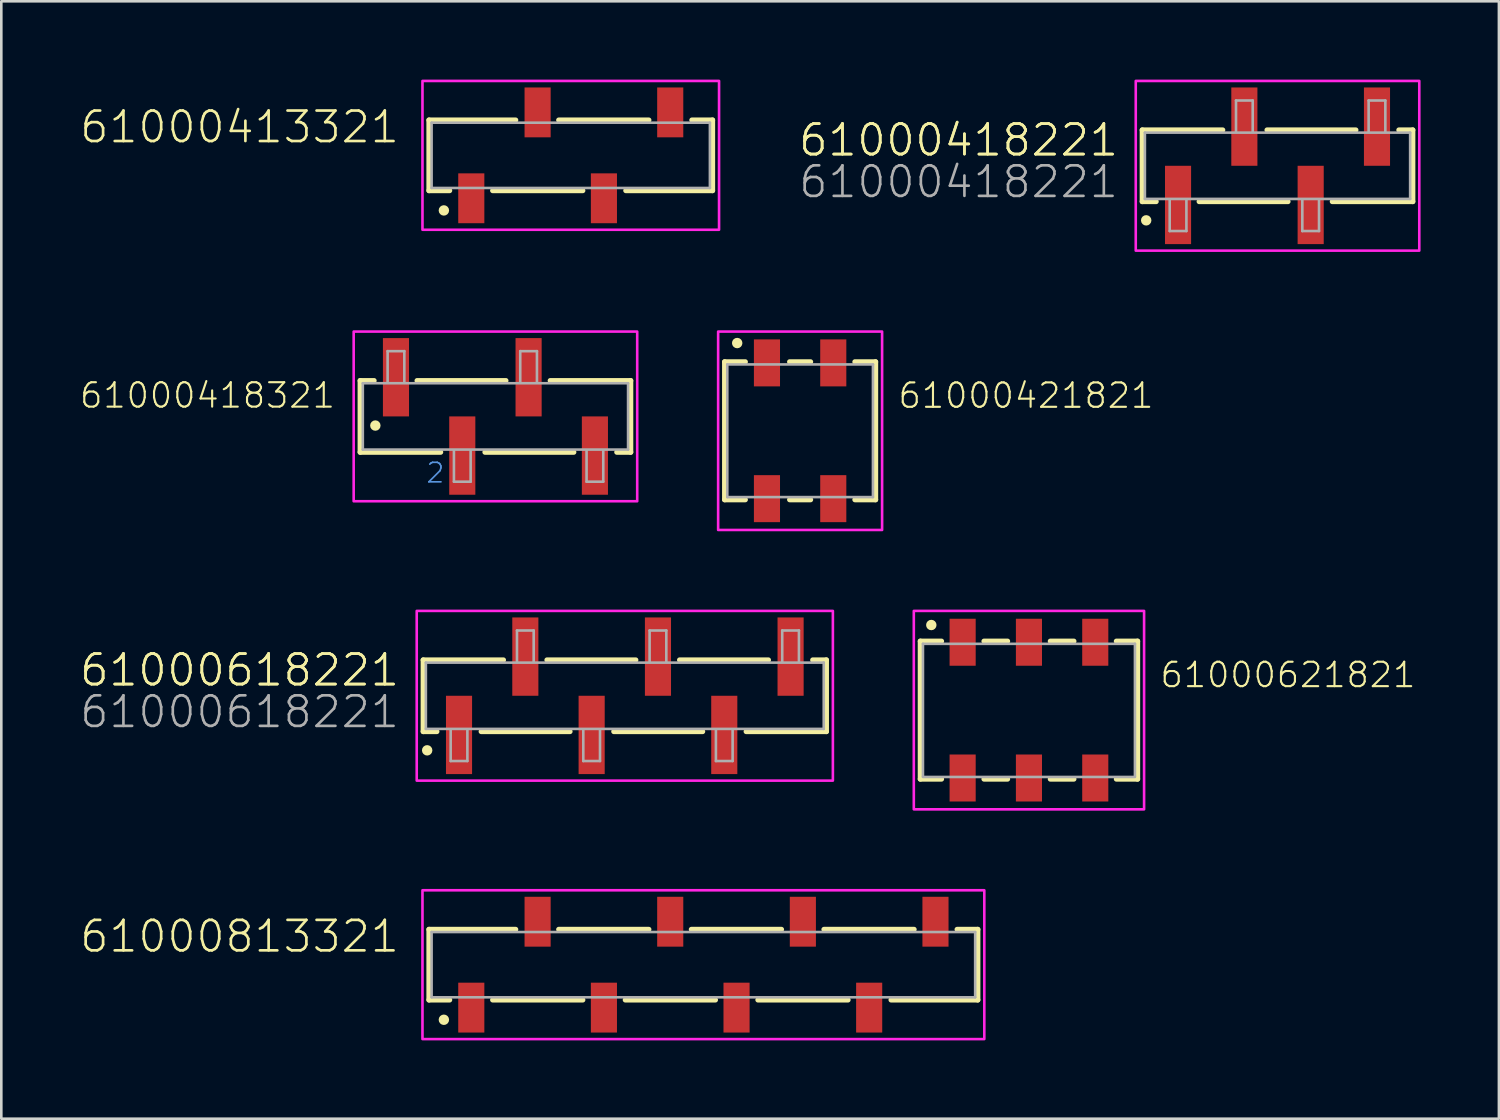
<source format=kicad_pcb>
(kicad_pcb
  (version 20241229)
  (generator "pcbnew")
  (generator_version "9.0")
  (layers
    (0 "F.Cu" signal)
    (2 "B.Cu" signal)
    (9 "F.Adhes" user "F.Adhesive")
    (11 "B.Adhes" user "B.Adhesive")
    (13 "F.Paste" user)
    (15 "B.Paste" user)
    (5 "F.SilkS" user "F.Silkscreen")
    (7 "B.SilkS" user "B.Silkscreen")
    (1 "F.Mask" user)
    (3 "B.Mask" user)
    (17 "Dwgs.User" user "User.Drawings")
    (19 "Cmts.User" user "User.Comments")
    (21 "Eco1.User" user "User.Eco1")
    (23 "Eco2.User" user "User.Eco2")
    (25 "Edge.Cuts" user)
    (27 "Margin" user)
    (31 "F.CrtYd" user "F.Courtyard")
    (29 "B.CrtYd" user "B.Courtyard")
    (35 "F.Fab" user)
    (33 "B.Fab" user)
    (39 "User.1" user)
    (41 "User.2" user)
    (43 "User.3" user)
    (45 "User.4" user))
  (footprint "61000413321"
    (layer "F.Cu")
    (at 18.812 2.9)
    (property "Reference" "61000413321" (at -6.5 -0.4 0) (unlocked yes) (layer "F.SilkS") (effects (font (size 1.168 1.168) (thickness 0.102)) (justify right bottom)))
    (fp_line (start -5.43 -1.35) (end -2.11 -1.35) (stroke (width 0.2) (type solid)) (layer "F.SilkS"))
    (fp_line (start -5.43 1.35) (end -5.43 -1.35) (stroke (width 0.2) (type solid)) (layer "F.SilkS"))
    (fp_line (start -4.64 1.35) (end -5.43 1.35) (stroke (width 0.2) (type solid)) (layer "F.SilkS"))
    (fp_line (start -0.46 -1.35) (end 2.99 -1.35) (stroke (width 0.2) (type solid)) (layer "F.SilkS"))
    (fp_line (start 0.46 1.35) (end -2.99 1.35) (stroke (width 0.2) (type solid)) (layer "F.SilkS"))
    (fp_line (start 2.11 1.35) (end 5.43 1.35) (stroke (width 0.2) (type solid)) (layer "F.SilkS"))
    (fp_line (start 5.43 -1.35) (end 4.64 -1.35) (stroke (width 0.2) (type solid)) (layer "F.SilkS"))
    (fp_line (start 5.43 1.35) (end 5.43 -1.35) (stroke (width 0.2) (type solid)) (layer "F.SilkS"))
    (fp_circle (center -4.86 2.11) (end -4.76 2.11) (stroke (width 0.2) (type solid)) (fill no) (layer "F.SilkS"))
    (fp_poly (pts (xy 5.68 2.85) (xy -5.68 2.85) (xy -5.68 -2.85) (xy 5.68 -2.85)) (stroke (width 0.1) (type default)) (fill no) (layer "F.CrtYd"))
    (fp_line (start -5.33 -1.25) (end 5.33 -1.25) (stroke (width 0.1) (type solid)) (layer "F.Fab"))
    (fp_line (start -5.33 1.25) (end -5.33 -1.25) (stroke (width 0.1) (type solid)) (layer "F.Fab"))
    (fp_line (start 5.33 1.25) (end -5.33 1.25) (stroke (width 0.1) (type solid)) (layer "F.Fab"))
    (fp_line (start 5.33 1.25) (end 5.33 -1.25) (stroke (width 0.1) (type solid)) (layer "F.Fab"))
    (pad "1" smd rect (at -3.81 1.645 180) (size 1 1.91) (layers "F.Cu" "F.Mask" "F.Paste"))
    (pad "2" smd rect (at -1.27 -1.645 180) (size 1 1.91) (layers "F.Cu" "F.Mask" "F.Paste"))
    (pad "3" smd rect (at 1.27 1.645 180) (size 1 1.91) (layers "F.Cu" "F.Mask" "F.Paste"))
    (pad "4" smd rect (at 3.81 -1.645 180) (size 1 1.91) (layers "F.Cu" "F.Mask" "F.Paste")))
  (footprint "61000813321"
    (layer "F.Cu")
    (at 23.892 33.9)
    (property "Reference" "61000813321" (at -11.58 -0.4 0) (unlocked yes) (layer "F.SilkS") (effects (font (size 1.168 1.168) (thickness 0.102)) (justify right bottom)))
    (fp_line (start -10.51 -1.35) (end -7.19 -1.35) (stroke (width 0.2) (type solid)) (layer "F.SilkS"))
    (fp_line (start -10.51 1.35) (end -10.51 -1.35) (stroke (width 0.2) (type solid)) (layer "F.SilkS"))
    (fp_line (start -9.72 1.35) (end -10.51 1.35) (stroke (width 0.2) (type solid)) (layer "F.SilkS"))
    (fp_line (start -5.54 -1.35) (end -2.09 -1.35) (stroke (width 0.2) (type solid)) (layer "F.SilkS"))
    (fp_line (start -4.62 1.35) (end -8.07 1.35) (stroke (width 0.2) (type solid)) (layer "F.SilkS"))
    (fp_line (start -0.46 -1.35) (end 2.99 -1.35) (stroke (width 0.2) (type solid)) (layer "F.SilkS"))
    (fp_line (start 0.46 1.35) (end -2.99 1.35) (stroke (width 0.2) (type solid)) (layer "F.SilkS"))
    (fp_line (start 4.62 -1.35) (end 8.07 -1.35) (stroke (width 0.2) (type solid)) (layer "F.SilkS"))
    (fp_line (start 5.54 1.35) (end 2.09 1.35) (stroke (width 0.2) (type solid)) (layer "F.SilkS"))
    (fp_line (start 7.19 1.35) (end 10.51 1.35) (stroke (width 0.2) (type solid)) (layer "F.SilkS"))
    (fp_line (start 10.51 -1.35) (end 9.72 -1.35) (stroke (width 0.2) (type solid)) (layer "F.SilkS"))
    (fp_line (start 10.51 1.35) (end 10.51 -1.35) (stroke (width 0.2) (type solid)) (layer "F.SilkS"))
    (fp_circle (center -9.94 2.11) (end -9.84 2.11) (stroke (width 0.2) (type solid)) (fill no) (layer "F.SilkS"))
    (fp_poly (pts (xy 10.76 2.85) (xy -10.76 2.85) (xy -10.76 -2.85) (xy 10.76 -2.85)) (stroke (width 0.1) (type default)) (fill no) (layer "F.CrtYd"))
    (fp_line (start -10.41 -1.25) (end 10.41 -1.25) (stroke (width 0.1) (type solid)) (layer "F.Fab"))
    (fp_line (start -10.41 1.25) (end -10.41 -1.25) (stroke (width 0.1) (type solid)) (layer "F.Fab"))
    (fp_line (start 10.41 1.25) (end -10.41 1.25) (stroke (width 0.1) (type solid)) (layer "F.Fab"))
    (fp_line (start 10.41 1.25) (end 10.41 -1.25) (stroke (width 0.1) (type solid)) (layer "F.Fab"))
    (pad "1" smd rect (at -8.89 1.645 180) (size 1 1.91) (layers "F.Cu" "F.Mask" "F.Paste"))
    (pad "2" smd rect (at -6.35 -1.645 180) (size 1 1.91) (layers "F.Cu" "F.Mask" "F.Paste"))
    (pad "3" smd rect (at -3.81 1.645 180) (size 1 1.91) (layers "F.Cu" "F.Mask" "F.Paste"))
    (pad "4" smd rect (at -1.27 -1.645 180) (size 1 1.91) (layers "F.Cu" "F.Mask" "F.Paste"))
    (pad "5" smd rect (at 1.27 1.645 180) (size 1 1.91) (layers "F.Cu" "F.Mask" "F.Paste"))
    (pad "6" smd rect (at 3.81 -1.645 180) (size 1 1.91) (layers "F.Cu" "F.Mask" "F.Paste"))
    (pad "7" smd rect (at 6.35 1.645 180) (size 1 1.91) (layers "F.Cu" "F.Mask" "F.Paste"))
    (pad "8" smd rect (at 8.89 -1.645 180) (size 1 1.91) (layers "F.Cu" "F.Mask" "F.Paste")))
  (footprint "61000418221"
    (layer "F.Cu")
    (at 45.883 3.3)
    (property "Reference" "61000418221" (at -6.03 -0.3 0) (unlocked yes) (layer "F.SilkS") (effects (font (size 1.168 1.168) (thickness 0.102)) (justify right bottom)))
    (property "Value" "61000418221" (at -6.03 1.3 0) (unlocked yes) (layer "F.Fab") (hide yes) (effects (font (size 1.168 1.168) (thickness 0.102)) (justify right bottom)))
    (fp_line (start -5.18 -1.37) (end -5.18 1.37) (stroke (width 0.2) (type solid)) (layer "F.SilkS"))
    (fp_line (start -5.18 1.37) (end -4.65 1.37) (stroke (width 0.2) (type solid)) (layer "F.SilkS"))
    (fp_line (start -3 1.37) (end 0.4 1.37) (stroke (width 0.2) (type solid)) (layer "F.SilkS"))
    (fp_line (start -2.1 -1.37) (end -5.18 -1.37) (stroke (width 0.2) (type solid)) (layer "F.SilkS"))
    (fp_line (start -0.4 -1.37) (end 3 -1.37) (stroke (width 0.2) (type solid)) (layer "F.SilkS"))
    (fp_line (start 2.1 1.37) (end 5.18 1.37) (stroke (width 0.2) (type solid)) (layer "F.SilkS"))
    (fp_line (start 5.18 -1.37) (end 4.65 -1.37) (stroke (width 0.2) (type solid)) (layer "F.SilkS"))
    (fp_line (start 5.18 1.37) (end 5.18 -1.37) (stroke (width 0.2) (type solid)) (layer "F.SilkS"))
    (fp_circle (center -5.03 2.09) (end -4.93 2.09) (stroke (width 0.2) (type solid)) (fill no) (layer "F.SilkS"))
    (fp_poly (pts (xy 5.43 3.25) (xy -5.43 3.25) (xy -5.43 -3.25) (xy 5.43 -3.25)) (stroke (width 0.1) (type default)) (fill no) (layer "F.CrtYd"))
    (fp_line (start -5.08 -1.27) (end -5.08 1.27) (stroke (width 0.1) (type solid)) (layer "F.Fab"))
    (fp_line (start -5.08 1.27) (end 5.08 1.27) (stroke (width 0.1) (type solid)) (layer "F.Fab"))
    (fp_line (start -4.13 2.5) (end -4.13 1.3) (stroke (width 0.1) (type solid)) (layer "F.Fab"))
    (fp_line (start -3.49 1.3) (end -3.49 2.5) (stroke (width 0.1) (type solid)) (layer "F.Fab"))
    (fp_line (start -3.49 2.5) (end -4.13 2.5) (stroke (width 0.1) (type solid)) (layer "F.Fab"))
    (fp_line (start -1.59 -2.5) (end -0.95 -2.5) (stroke (width 0.1) (type solid)) (layer "F.Fab"))
    (fp_line (start -1.59 -1.3) (end -1.59 -2.5) (stroke (width 0.1) (type solid)) (layer "F.Fab"))
    (fp_line (start -0.95 -2.5) (end -0.95 -1.3) (stroke (width 0.1) (type solid)) (layer "F.Fab"))
    (fp_line (start 0.95 2.5) (end 0.95 1.3) (stroke (width 0.1) (type solid)) (layer "F.Fab"))
    (fp_line (start 1.59 1.3) (end 1.59 2.5) (stroke (width 0.1) (type solid)) (layer "F.Fab"))
    (fp_line (start 1.59 2.5) (end 0.95 2.5) (stroke (width 0.1) (type solid)) (layer "F.Fab"))
    (fp_line (start 3.49 -2.5) (end 4.13 -2.5) (stroke (width 0.1) (type solid)) (layer "F.Fab"))
    (fp_line (start 3.49 -1.3) (end 3.49 -2.5) (stroke (width 0.1) (type solid)) (layer "F.Fab"))
    (fp_line (start 4.13 -2.5) (end 4.13 -1.3) (stroke (width 0.1) (type solid)) (layer "F.Fab"))
    (fp_line (start 5.08 -1.27) (end -5.08 -1.27) (stroke (width 0.1) (type solid)) (layer "F.Fab"))
    (fp_line (start 5.08 1.27) (end 5.08 -1.27) (stroke (width 0.1) (type solid)) (layer "F.Fab"))
    (fp_text user "${REFERENCE}" (at -6.03 -0.3 0) (unlocked yes) (layer "F.SilkS") (effects (font (size 1.168 1.168) (thickness 0.102)) (justify right bottom)))
    (fp_text user "${VALUE}" (at -6.03 1.3 0) (unlocked yes) (layer "F.Fab") (effects (font (size 1.168 1.168) (thickness 0.102)) (justify right bottom)))
    (pad "1" smd rect (at -3.81 1.5) (size 1 3) (layers "F.Cu" "F.Mask" "F.Paste"))
    (pad "2" smd rect (at -1.27 -1.5) (size 1 3) (layers "F.Cu" "F.Mask" "F.Paste"))
    (pad "3" smd rect (at 1.27 1.5) (size 1 3) (layers "F.Cu" "F.Mask" "F.Paste"))
    (pad "4" smd rect (at 3.81 -1.5) (size 1 3) (layers "F.Cu" "F.Mask" "F.Paste")))
  (footprint "61000421821"
    (layer "F.Cu")
    (at 27.597 13.45)
    (property "Reference" "61000421821" (at 3.7 -0.8 0) (unlocked yes) (layer "F.SilkS") (effects (font (size 0.935 0.935) (thickness 0.081)) (justify left bottom)))
    (fp_line (start -2.89 -2.64) (end -2.89 2.64) (stroke (width 0.2) (type solid)) (layer "F.SilkS"))
    (fp_line (start -2.1 -2.64) (end -2.89 -2.64) (stroke (width 0.2) (type solid)) (layer "F.SilkS"))
    (fp_line (start -2.1 2.64) (end -2.89 2.64) (stroke (width 0.2) (type solid)) (layer "F.SilkS"))
    (fp_line (start 0.4 -2.64) (end -0.4 -2.64) (stroke (width 0.2) (type solid)) (layer "F.SilkS"))
    (fp_line (start 0.4 2.64) (end -0.4 2.64) (stroke (width 0.2) (type solid)) (layer "F.SilkS"))
    (fp_line (start 2.1 -2.64) (end 2.89 -2.64) (stroke (width 0.2) (type solid)) (layer "F.SilkS"))
    (fp_line (start 2.1 2.64) (end 2.89 2.64) (stroke (width 0.2) (type solid)) (layer "F.SilkS"))
    (fp_line (start 2.89 2.64) (end 2.89 -2.64) (stroke (width 0.2) (type solid)) (layer "F.SilkS"))
    (fp_circle (center -2.41 -3.36) (end -2.31 -3.36) (stroke (width 0.2) (type solid)) (fill no) (layer "F.SilkS"))
    (fp_poly (pts (xy 3.14 3.8) (xy -3.14 3.8) (xy -3.14 -3.8) (xy 3.14 -3.8)) (stroke (width 0.1) (type default)) (fill no) (layer "F.CrtYd"))
    (fp_line (start -2.79 2.54) (end -2.79 -2.54) (stroke (width 0.1) (type solid)) (layer "F.Fab"))
    (fp_line (start -2.79 2.54) (end 2.79 2.54) (stroke (width 0.1) (type solid)) (layer "F.Fab"))
    (fp_line (start 2.79 -2.54) (end -2.79 -2.54) (stroke (width 0.1) (type solid)) (layer "F.Fab"))
    (fp_line (start 2.79 -2.54) (end 2.79 2.54) (stroke (width 0.1) (type solid)) (layer "F.Fab"))
    (pad "1" smd rect (at -1.27 -2.6) (size 1 1.8) (layers "F.Cu" "F.Mask" "F.Paste"))
    (pad "2" smd rect (at -1.27 2.6) (size 1 1.8) (layers "F.Cu" "F.Mask" "F.Paste"))
    (pad "3" smd rect (at 1.27 -2.6) (size 1 1.8) (layers "F.Cu" "F.Mask" "F.Paste"))
    (pad "4" smd rect (at 1.27 2.6) (size 1 1.8) (layers "F.Cu" "F.Mask" "F.Paste")))
  (footprint "61000418321"
    (layer "F.Cu")
    (at 15.927 12.9)
    (property "Reference" "61000418321" (at -6.078 -0.256 0) (unlocked yes) (layer "F.SilkS") (effects (font (size 0.935 0.935) (thickness 0.081)) (justify right bottom)))
    (fp_line (start -5.18 -1.37) (end -5.18 1.37) (stroke (width 0.2) (type solid)) (layer "F.SilkS"))
    (fp_line (start -5.18 1.37) (end -2.1 1.37) (stroke (width 0.2) (type solid)) (layer "F.SilkS"))
    (fp_line (start -4.65 -1.37) (end -5.18 -1.37) (stroke (width 0.2) (type solid)) (layer "F.SilkS"))
    (fp_line (start -0.4 1.37) (end 3 1.37) (stroke (width 0.2) (type solid)) (layer "F.SilkS"))
    (fp_line (start 0.4 -1.37) (end -3 -1.37) (stroke (width 0.2) (type solid)) (layer "F.SilkS"))
    (fp_line (start 4.65 1.37) (end 5.18 1.37) (stroke (width 0.2) (type solid)) (layer "F.SilkS"))
    (fp_line (start 5.18 -1.37) (end 2.1 -1.37) (stroke (width 0.2) (type solid)) (layer "F.SilkS"))
    (fp_line (start 5.18 1.37) (end 5.18 -1.37) (stroke (width 0.2) (type solid)) (layer "F.SilkS"))
    (fp_circle (center -4.6 0.35) (end -4.5 0.35) (stroke (width 0.2) (type solid)) (fill no) (layer "F.SilkS"))
    (fp_poly (pts (xy 5.43 3.25) (xy -5.43 3.25) (xy -5.43 -3.25) (xy 5.43 -3.25)) (stroke (width 0.1) (type default)) (fill no) (layer "F.CrtYd"))
    (fp_line (start -5.08 -1.27) (end -5.08 1.27) (stroke (width 0.1) (type solid)) (layer "F.Fab"))
    (fp_line (start -5.08 1.27) (end 5.08 1.27) (stroke (width 0.1) (type solid)) (layer "F.Fab"))
    (fp_line (start -4.13 -2.5) (end -3.49 -2.5) (stroke (width 0.1) (type solid)) (layer "F.Fab"))
    (fp_line (start -4.13 -1.3) (end -4.13 -2.5) (stroke (width 0.1) (type solid)) (layer "F.Fab"))
    (fp_line (start -3.49 -2.5) (end -3.49 -1.3) (stroke (width 0.1) (type solid)) (layer "F.Fab"))
    (fp_line (start -1.59 2.5) (end -1.59 1.3) (stroke (width 0.1) (type solid)) (layer "F.Fab"))
    (fp_line (start -0.95 1.3) (end -0.95 2.5) (stroke (width 0.1) (type solid)) (layer "F.Fab"))
    (fp_line (start -0.95 2.5) (end -1.59 2.5) (stroke (width 0.1) (type solid)) (layer "F.Fab"))
    (fp_line (start 0.95 -2.5) (end 1.59 -2.5) (stroke (width 0.1) (type solid)) (layer "F.Fab"))
    (fp_line (start 0.95 -1.3) (end 0.95 -2.5) (stroke (width 0.1) (type solid)) (layer "F.Fab"))
    (fp_line (start 1.59 -2.5) (end 1.59 -1.3) (stroke (width 0.1) (type solid)) (layer "F.Fab"))
    (fp_line (start 3.49 2.5) (end 3.49 1.3) (stroke (width 0.1) (type solid)) (layer "F.Fab"))
    (fp_line (start 4.13 1.3) (end 4.13 2.5) (stroke (width 0.1) (type solid)) (layer "F.Fab"))
    (fp_line (start 4.13 2.5) (end 3.49 2.5) (stroke (width 0.1) (type solid)) (layer "F.Fab"))
    (fp_line (start 5.08 -1.27) (end -5.08 -1.27) (stroke (width 0.1) (type solid)) (layer "F.Fab"))
    (fp_line (start 5.08 1.27) (end 5.08 -1.27) (stroke (width 0.1) (type solid)) (layer "F.Fab"))
    (fp_text user "2" (at -2.7 2.6 0) (unlocked yes) (layer "Cmts.User") (effects (font (size 0.748 0.748) (thickness 0.065)) (justify left bottom)))
    (pad "1" smd rect (at -3.81 -1.5) (size 1 3) (layers "F.Cu" "F.Mask" "F.Paste"))
    (pad "2" smd rect (at -1.27 1.5) (size 1 3) (layers "F.Cu" "F.Mask" "F.Paste"))
    (pad "3" smd rect (at 1.27 -1.5) (size 1 3) (layers "F.Cu" "F.Mask" "F.Paste"))
    (pad "4" smd rect (at 3.81 1.5) (size 1 3) (layers "F.Cu" "F.Mask" "F.Paste")))
  (footprint "61000618221"
    (layer "F.Cu")
    (at 20.882 23.6)
    (property "Reference" "61000618221" (at -8.57 -0.3 0) (unlocked yes) (layer "F.SilkS") (effects (font (size 1.168 1.168) (thickness 0.102)) (justify right bottom)))
    (property "Value" "61000618221" (at -8.57 1.3 0) (unlocked yes) (layer "F.Fab") (hide yes) (effects (font (size 1.168 1.168) (thickness 0.102)) (justify right bottom)))
    (fp_line (start -7.72 -1.37) (end -7.72 1.37) (stroke (width 0.2) (type solid)) (layer "F.SilkS"))
    (fp_line (start -7.72 1.37) (end -7.2 1.37) (stroke (width 0.2) (type solid)) (layer "F.SilkS"))
    (fp_line (start -5.5 1.37) (end -2.1 1.37) (stroke (width 0.2) (type solid)) (layer "F.SilkS"))
    (fp_line (start -4.65 -1.37) (end -7.72 -1.37) (stroke (width 0.2) (type solid)) (layer "F.SilkS"))
    (fp_line (start -0.42 1.37) (end 2.98 1.37) (stroke (width 0.2) (type solid)) (layer "F.SilkS"))
    (fp_line (start 0.42 -1.37) (end -2.98 -1.37) (stroke (width 0.2) (type solid)) (layer "F.SilkS"))
    (fp_line (start 4.65 1.37) (end 7.72 1.37) (stroke (width 0.2) (type solid)) (layer "F.SilkS"))
    (fp_line (start 5.5 -1.37) (end 2.1 -1.37) (stroke (width 0.2) (type solid)) (layer "F.SilkS"))
    (fp_line (start 7.72 -1.37) (end 7.2 -1.37) (stroke (width 0.2) (type solid)) (layer "F.SilkS"))
    (fp_line (start 7.72 1.37) (end 7.72 -1.37) (stroke (width 0.2) (type solid)) (layer "F.SilkS"))
    (fp_circle (center -7.57 2.09) (end -7.47 2.09) (stroke (width 0.2) (type solid)) (fill no) (layer "F.SilkS"))
    (fp_poly (pts (xy 7.97 3.25) (xy -7.97 3.25) (xy -7.97 -3.25) (xy 7.97 -3.25)) (stroke (width 0.1) (type default)) (fill no) (layer "F.CrtYd"))
    (fp_line (start -7.62 -1.27) (end -7.62 1.27) (stroke (width 0.1) (type solid)) (layer "F.Fab"))
    (fp_line (start -7.62 1.27) (end 7.62 1.27) (stroke (width 0.1) (type solid)) (layer "F.Fab"))
    (fp_line (start -6.67 2.5) (end -6.67 1.3) (stroke (width 0.1) (type solid)) (layer "F.Fab"))
    (fp_line (start -6.03 1.3) (end -6.03 2.5) (stroke (width 0.1) (type solid)) (layer "F.Fab"))
    (fp_line (start -6.03 2.5) (end -6.67 2.5) (stroke (width 0.1) (type solid)) (layer "F.Fab"))
    (fp_line (start -4.13 -2.5) (end -3.49 -2.5) (stroke (width 0.1) (type solid)) (layer "F.Fab"))
    (fp_line (start -4.13 -1.3) (end -4.13 -2.5) (stroke (width 0.1) (type solid)) (layer "F.Fab"))
    (fp_line (start -3.49 -2.5) (end -3.49 -1.3) (stroke (width 0.1) (type solid)) (layer "F.Fab"))
    (fp_line (start -1.59 2.5) (end -1.59 1.3) (stroke (width 0.1) (type solid)) (layer "F.Fab"))
    (fp_line (start -0.95 1.3) (end -0.95 2.5) (stroke (width 0.1) (type solid)) (layer "F.Fab"))
    (fp_line (start -0.95 2.5) (end -1.59 2.5) (stroke (width 0.1) (type solid)) (layer "F.Fab"))
    (fp_line (start 0.95 -2.5) (end 1.59 -2.5) (stroke (width 0.1) (type solid)) (layer "F.Fab"))
    (fp_line (start 0.95 -1.3) (end 0.95 -2.5) (stroke (width 0.1) (type solid)) (layer "F.Fab"))
    (fp_line (start 1.59 -2.5) (end 1.59 -1.3) (stroke (width 0.1) (type solid)) (layer "F.Fab"))
    (fp_line (start 3.49 2.5) (end 3.49 1.3) (stroke (width 0.1) (type solid)) (layer "F.Fab"))
    (fp_line (start 4.13 1.3) (end 4.13 2.5) (stroke (width 0.1) (type solid)) (layer "F.Fab"))
    (fp_line (start 4.13 2.5) (end 3.49 2.5) (stroke (width 0.1) (type solid)) (layer "F.Fab"))
    (fp_line (start 6.03 -2.5) (end 6.67 -2.5) (stroke (width 0.1) (type solid)) (layer "F.Fab"))
    (fp_line (start 6.03 -1.3) (end 6.03 -2.5) (stroke (width 0.1) (type solid)) (layer "F.Fab"))
    (fp_line (start 6.67 -2.5) (end 6.67 -1.3) (stroke (width 0.1) (type solid)) (layer "F.Fab"))
    (fp_line (start 7.62 -1.27) (end -7.62 -1.27) (stroke (width 0.1) (type solid)) (layer "F.Fab"))
    (fp_line (start 7.62 1.27) (end 7.62 -1.27) (stroke (width 0.1) (type solid)) (layer "F.Fab"))
    (fp_text user "${REFERENCE}" (at -8.57 -0.3 0) (unlocked yes) (layer "F.SilkS") (effects (font (size 1.168 1.168) (thickness 0.102)) (justify right bottom)))
    (fp_text user "${VALUE}" (at -8.57 1.3 0) (unlocked yes) (layer "F.Fab") (effects (font (size 1.168 1.168) (thickness 0.102)) (justify right bottom)))
    (pad "1" smd rect (at -6.35 1.5) (size 1 3) (layers "F.Cu" "F.Mask" "F.Paste"))
    (pad "2" smd rect (at -3.81 -1.5) (size 1 3) (layers "F.Cu" "F.Mask" "F.Paste"))
    (pad "3" smd rect (at -1.27 1.5) (size 1 3) (layers "F.Cu" "F.Mask" "F.Paste"))
    (pad "4" smd rect (at 1.27 -1.5) (size 1 3) (layers "F.Cu" "F.Mask" "F.Paste"))
    (pad "5" smd rect (at 3.81 1.5) (size 1 3) (layers "F.Cu" "F.Mask" "F.Paste"))
    (pad "6" smd rect (at 6.35 -1.5) (size 1 3) (layers "F.Cu" "F.Mask" "F.Paste")))
  (footprint "61000621821"
    (layer "F.Cu")
    (at 36.362 24.15)
    (property "Reference" "61000621821" (at 4.97 -0.8 0) (unlocked yes) (layer "F.SilkS") (effects (font (size 0.935 0.935) (thickness 0.081)) (justify left bottom)))
    (fp_line (start -4.16 -2.64) (end -4.16 2.64) (stroke (width 0.2) (type solid)) (layer "F.SilkS"))
    (fp_line (start -3.35 -2.64) (end -4.16 -2.64) (stroke (width 0.2) (type solid)) (layer "F.SilkS"))
    (fp_line (start -3.35 2.64) (end -4.16 2.64) (stroke (width 0.2) (type solid)) (layer "F.SilkS"))
    (fp_line (start -1.72 2.64) (end -0.82 2.64) (stroke (width 0.2) (type solid)) (layer "F.SilkS"))
    (fp_line (start -0.82 -2.64) (end -1.72 -2.64) (stroke (width 0.2) (type solid)) (layer "F.SilkS"))
    (fp_line (start 0.82 2.64) (end 1.72 2.64) (stroke (width 0.2) (type solid)) (layer "F.SilkS"))
    (fp_line (start 1.72 -2.64) (end 0.82 -2.64) (stroke (width 0.2) (type solid)) (layer "F.SilkS"))
    (fp_line (start 3.35 -2.64) (end 4.16 -2.64) (stroke (width 0.2) (type solid)) (layer "F.SilkS"))
    (fp_line (start 3.35 2.64) (end 4.16 2.64) (stroke (width 0.2) (type solid)) (layer "F.SilkS"))
    (fp_line (start 4.16 2.64) (end 4.16 -2.64) (stroke (width 0.2) (type solid)) (layer "F.SilkS"))
    (fp_circle (center -3.74 -3.26) (end -3.64 -3.26) (stroke (width 0.2) (type solid)) (fill no) (layer "F.SilkS"))
    (fp_poly (pts (xy 4.41 3.8) (xy -4.41 3.8) (xy -4.41 -3.8) (xy 4.41 -3.8)) (stroke (width 0.1) (type default)) (fill no) (layer "F.CrtYd"))
    (fp_line (start -4.06 -2.54) (end -4.06 2.54) (stroke (width 0.1) (type solid)) (layer "F.Fab"))
    (fp_line (start 4.06 -2.54) (end -4.06 -2.54) (stroke (width 0.1) (type solid)) (layer "F.Fab"))
    (fp_line (start 4.06 2.54) (end 4.06 -2.54) (stroke (width 0.1) (type solid)) (layer "F.Fab"))
    (fp_line (start 4.06 2.56) (end -4.06 2.56) (stroke (width 0.1) (type solid)) (layer "F.Fab"))
    (pad "1" smd rect (at -2.54 -2.6) (size 1 1.8) (layers "F.Cu" "F.Mask" "F.Paste"))
    (pad "2" smd rect (at -2.54 2.6) (size 1 1.8) (layers "F.Cu" "F.Mask" "F.Paste"))
    (pad "3" smd rect (at 0 -2.6) (size 1 1.8) (layers "F.Cu" "F.Mask" "F.Paste"))
    (pad "4" smd rect (at 0 2.6) (size 1 1.8) (layers "F.Cu" "F.Mask" "F.Paste"))
    (pad "5" smd rect (at 2.54 -2.6) (size 1 1.8) (layers "F.Cu" "F.Mask" "F.Paste"))
    (pad "6" smd rect (at 2.54 2.6) (size 1 1.8) (layers "F.Cu" "F.Mask" "F.Paste")))
  (gr_rect
    (start -3 -3)
    (end 54.363 39.8)
    (stroke (width 0.1) (type default))
    (fill no)
    (layer "Edge.Cuts")))
</source>
